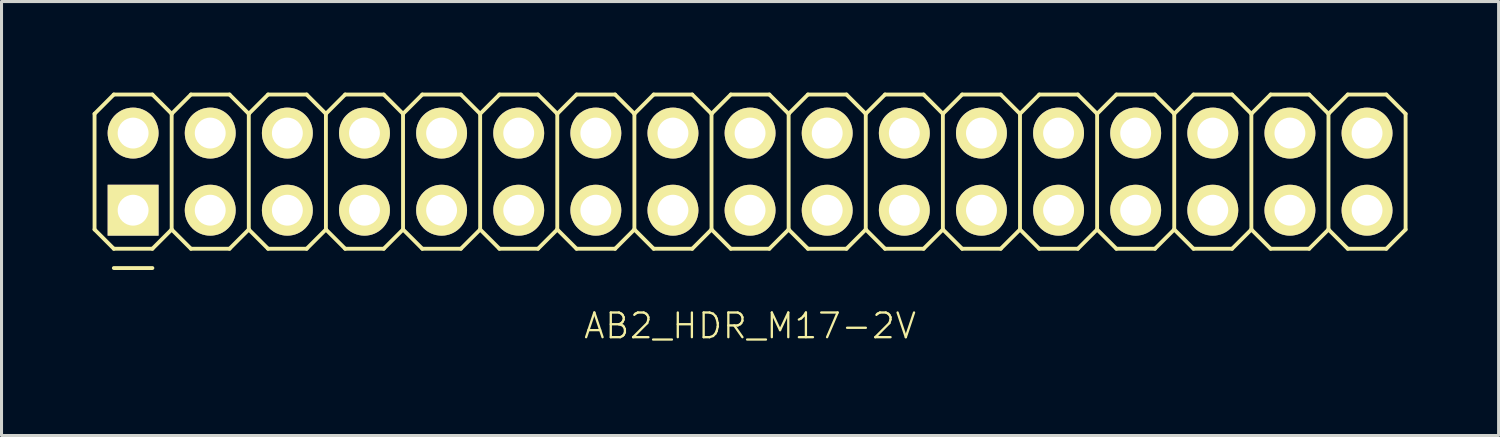
<source format=kicad_pcb>
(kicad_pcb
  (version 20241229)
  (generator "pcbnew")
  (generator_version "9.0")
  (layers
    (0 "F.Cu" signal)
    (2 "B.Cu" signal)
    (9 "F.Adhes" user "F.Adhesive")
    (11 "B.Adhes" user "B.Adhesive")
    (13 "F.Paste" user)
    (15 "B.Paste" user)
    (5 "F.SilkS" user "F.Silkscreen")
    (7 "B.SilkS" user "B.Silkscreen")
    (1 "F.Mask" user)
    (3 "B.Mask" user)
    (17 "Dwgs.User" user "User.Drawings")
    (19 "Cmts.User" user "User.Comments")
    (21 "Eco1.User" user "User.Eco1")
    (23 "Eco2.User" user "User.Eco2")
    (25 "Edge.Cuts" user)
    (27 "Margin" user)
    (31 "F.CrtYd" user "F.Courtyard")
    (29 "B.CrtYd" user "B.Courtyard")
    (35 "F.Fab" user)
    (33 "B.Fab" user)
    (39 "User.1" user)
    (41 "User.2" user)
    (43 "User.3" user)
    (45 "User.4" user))
  (footprint "AB2_HDR_M17-2V"
    (layer "F.Cu")
    (at 21.654 2.603)
    (property "Reference" "AB2_HDR_M17-2V" (at 0 5.08 0) (layer "F.SilkS") (effects (font (size 0.813 0.813) (thickness 0.076))))
    (attr through_hole)
    (fp_line (start -21.59 -1.905) (end -20.955 -2.54) (stroke (width 0.127) (type solid)) (layer "F.SilkS"))
    (fp_line (start -21.59 1.905) (end -21.59 -1.905) (stroke (width 0.127) (type solid)) (layer "F.SilkS"))
    (fp_line (start -20.955 -2.54) (end -19.685 -2.54) (stroke (width 0.127) (type solid)) (layer "F.SilkS"))
    (fp_line (start -20.955 2.54) (end -21.59 1.905) (stroke (width 0.127) (type solid)) (layer "F.SilkS"))
    (fp_line (start -20.955 3.175) (end -19.685 3.175) (stroke (width 0.127) (type solid)) (layer "F.SilkS"))
    (fp_line (start -19.685 -2.54) (end -19.05 -1.905) (stroke (width 0.127) (type solid)) (layer "F.SilkS"))
    (fp_line (start -19.685 2.54) (end -20.955 2.54) (stroke (width 0.127) (type solid)) (layer "F.SilkS"))
    (fp_line (start -19.05 -1.905) (end -19.05 1.905) (stroke (width 0.127) (type solid)) (layer "F.SilkS"))
    (fp_line (start -19.05 -1.905) (end -18.415 -2.54) (stroke (width 0.127) (type solid)) (layer "F.SilkS"))
    (fp_line (start -19.05 1.905) (end -19.685 2.54) (stroke (width 0.127) (type solid)) (layer "F.SilkS"))
    (fp_line (start -18.415 -2.54) (end -17.145 -2.54) (stroke (width 0.127) (type solid)) (layer "F.SilkS"))
    (fp_line (start -18.415 2.54) (end -19.05 1.905) (stroke (width 0.127) (type solid)) (layer "F.SilkS"))
    (fp_line (start -17.145 -2.54) (end -16.51 -1.905) (stroke (width 0.127) (type solid)) (layer "F.SilkS"))
    (fp_line (start -17.145 2.54) (end -18.415 2.54) (stroke (width 0.127) (type solid)) (layer "F.SilkS"))
    (fp_line (start -16.51 -1.905) (end -16.51 1.905) (stroke (width 0.127) (type solid)) (layer "F.SilkS"))
    (fp_line (start -16.51 -1.905) (end -15.875 -2.54) (stroke (width 0.127) (type solid)) (layer "F.SilkS"))
    (fp_line (start -16.51 1.905) (end -17.145 2.54) (stroke (width 0.127) (type solid)) (layer "F.SilkS"))
    (fp_line (start -15.875 -2.54) (end -14.605 -2.54) (stroke (width 0.127) (type solid)) (layer "F.SilkS"))
    (fp_line (start -15.875 2.54) (end -16.51 1.905) (stroke (width 0.127) (type solid)) (layer "F.SilkS"))
    (fp_line (start -14.605 -2.54) (end -13.97 -1.905) (stroke (width 0.127) (type solid)) (layer "F.SilkS"))
    (fp_line (start -14.605 2.54) (end -15.875 2.54) (stroke (width 0.127) (type solid)) (layer "F.SilkS"))
    (fp_line (start -13.97 -1.905) (end -13.97 1.905) (stroke (width 0.127) (type solid)) (layer "F.SilkS"))
    (fp_line (start -13.97 -1.905) (end -13.335 -2.54) (stroke (width 0.127) (type solid)) (layer "F.SilkS"))
    (fp_line (start -13.97 1.905) (end -14.605 2.54) (stroke (width 0.127) (type solid)) (layer "F.SilkS"))
    (fp_line (start -13.335 -2.54) (end -12.065 -2.54) (stroke (width 0.127) (type solid)) (layer "F.SilkS"))
    (fp_line (start -13.335 2.54) (end -13.97 1.905) (stroke (width 0.127) (type solid)) (layer "F.SilkS"))
    (fp_line (start -12.065 -2.54) (end -11.43 -1.905) (stroke (width 0.127) (type solid)) (layer "F.SilkS"))
    (fp_line (start -12.065 2.54) (end -13.335 2.54) (stroke (width 0.127) (type solid)) (layer "F.SilkS"))
    (fp_line (start -11.43 -1.905) (end -11.43 1.905) (stroke (width 0.127) (type solid)) (layer "F.SilkS"))
    (fp_line (start -11.43 -1.905) (end -10.795 -2.54) (stroke (width 0.127) (type solid)) (layer "F.SilkS"))
    (fp_line (start -11.43 1.905) (end -12.065 2.54) (stroke (width 0.127) (type solid)) (layer "F.SilkS"))
    (fp_line (start -10.795 -2.54) (end -9.525 -2.54) (stroke (width 0.127) (type solid)) (layer "F.SilkS"))
    (fp_line (start -10.795 2.54) (end -11.43 1.905) (stroke (width 0.127) (type solid)) (layer "F.SilkS"))
    (fp_line (start -9.525 -2.54) (end -8.89 -1.905) (stroke (width 0.127) (type solid)) (layer "F.SilkS"))
    (fp_line (start -9.525 2.54) (end -10.795 2.54) (stroke (width 0.127) (type solid)) (layer "F.SilkS"))
    (fp_line (start -8.89 -1.905) (end -8.89 1.905) (stroke (width 0.127) (type solid)) (layer "F.SilkS"))
    (fp_line (start -8.89 -1.905) (end -8.255 -2.54) (stroke (width 0.127) (type solid)) (layer "F.SilkS"))
    (fp_line (start -8.89 1.905) (end -9.525 2.54) (stroke (width 0.127) (type solid)) (layer "F.SilkS"))
    (fp_line (start -8.255 -2.54) (end -6.985 -2.54) (stroke (width 0.127) (type solid)) (layer "F.SilkS"))
    (fp_line (start -8.255 2.54) (end -8.89 1.905) (stroke (width 0.127) (type solid)) (layer "F.SilkS"))
    (fp_line (start -6.985 -2.54) (end -6.35 -1.905) (stroke (width 0.127) (type solid)) (layer "F.SilkS"))
    (fp_line (start -6.985 2.54) (end -8.255 2.54) (stroke (width 0.127) (type solid)) (layer "F.SilkS"))
    (fp_line (start -6.35 -1.905) (end -6.35 1.905) (stroke (width 0.127) (type solid)) (layer "F.SilkS"))
    (fp_line (start -6.35 -1.905) (end -5.715 -2.54) (stroke (width 0.127) (type solid)) (layer "F.SilkS"))
    (fp_line (start -6.35 1.905) (end -6.985 2.54) (stroke (width 0.127) (type solid)) (layer "F.SilkS"))
    (fp_line (start -5.715 -2.54) (end -4.445 -2.54) (stroke (width 0.127) (type solid)) (layer "F.SilkS"))
    (fp_line (start -5.715 2.54) (end -6.35 1.905) (stroke (width 0.127) (type solid)) (layer "F.SilkS"))
    (fp_line (start -4.445 -2.54) (end -3.81 -1.905) (stroke (width 0.127) (type solid)) (layer "F.SilkS"))
    (fp_line (start -4.445 2.54) (end -5.715 2.54) (stroke (width 0.127) (type solid)) (layer "F.SilkS"))
    (fp_line (start -3.81 -1.905) (end -3.81 1.905) (stroke (width 0.127) (type solid)) (layer "F.SilkS"))
    (fp_line (start -3.81 -1.905) (end -3.175 -2.54) (stroke (width 0.127) (type solid)) (layer "F.SilkS"))
    (fp_line (start -3.81 1.905) (end -4.445 2.54) (stroke (width 0.127) (type solid)) (layer "F.SilkS"))
    (fp_line (start -3.175 -2.54) (end -1.905 -2.54) (stroke (width 0.127) (type solid)) (layer "F.SilkS"))
    (fp_line (start -3.175 2.54) (end -3.81 1.905) (stroke (width 0.127) (type solid)) (layer "F.SilkS"))
    (fp_line (start -1.905 -2.54) (end -1.27 -1.905) (stroke (width 0.127) (type solid)) (layer "F.SilkS"))
    (fp_line (start -1.905 2.54) (end -3.175 2.54) (stroke (width 0.127) (type solid)) (layer "F.SilkS"))
    (fp_line (start -1.27 -1.905) (end -1.27 1.905) (stroke (width 0.127) (type solid)) (layer "F.SilkS"))
    (fp_line (start -1.27 -1.905) (end -0.635 -2.54) (stroke (width 0.127) (type solid)) (layer "F.SilkS"))
    (fp_line (start -1.27 1.905) (end -1.905 2.54) (stroke (width 0.127) (type solid)) (layer "F.SilkS"))
    (fp_line (start -0.635 -2.54) (end 0.635 -2.54) (stroke (width 0.127) (type solid)) (layer "F.SilkS"))
    (fp_line (start -0.635 2.54) (end -1.27 1.905) (stroke (width 0.127) (type solid)) (layer "F.SilkS"))
    (fp_line (start 0.635 -2.54) (end 1.27 -1.905) (stroke (width 0.127) (type solid)) (layer "F.SilkS"))
    (fp_line (start 0.635 2.54) (end -0.635 2.54) (stroke (width 0.127) (type solid)) (layer "F.SilkS"))
    (fp_line (start 1.27 -1.905) (end 1.27 1.905) (stroke (width 0.127) (type solid)) (layer "F.SilkS"))
    (fp_line (start 1.27 -1.905) (end 1.905 -2.54) (stroke (width 0.127) (type solid)) (layer "F.SilkS"))
    (fp_line (start 1.27 1.905) (end 0.635 2.54) (stroke (width 0.127) (type solid)) (layer "F.SilkS"))
    (fp_line (start 1.905 -2.54) (end 3.175 -2.54) (stroke (width 0.127) (type solid)) (layer "F.SilkS"))
    (fp_line (start 1.905 2.54) (end 1.27 1.905) (stroke (width 0.127) (type solid)) (layer "F.SilkS"))
    (fp_line (start 3.175 -2.54) (end 3.81 -1.905) (stroke (width 0.127) (type solid)) (layer "F.SilkS"))
    (fp_line (start 3.175 2.54) (end 1.905 2.54) (stroke (width 0.127) (type solid)) (layer "F.SilkS"))
    (fp_line (start 3.81 -1.905) (end 3.81 1.905) (stroke (width 0.127) (type solid)) (layer "F.SilkS"))
    (fp_line (start 3.81 -1.905) (end 4.445 -2.54) (stroke (width 0.127) (type solid)) (layer "F.SilkS"))
    (fp_line (start 3.81 1.905) (end 3.175 2.54) (stroke (width 0.127) (type solid)) (layer "F.SilkS"))
    (fp_line (start 4.445 -2.54) (end 5.715 -2.54) (stroke (width 0.127) (type solid)) (layer "F.SilkS"))
    (fp_line (start 4.445 2.54) (end 3.81 1.905) (stroke (width 0.127) (type solid)) (layer "F.SilkS"))
    (fp_line (start 5.715 -2.54) (end 6.35 -1.905) (stroke (width 0.127) (type solid)) (layer "F.SilkS"))
    (fp_line (start 5.715 2.54) (end 4.445 2.54) (stroke (width 0.127) (type solid)) (layer "F.SilkS"))
    (fp_line (start 6.35 -1.905) (end 6.35 1.905) (stroke (width 0.127) (type solid)) (layer "F.SilkS"))
    (fp_line (start 6.35 -1.905) (end 6.985 -2.54) (stroke (width 0.127) (type solid)) (layer "F.SilkS"))
    (fp_line (start 6.35 1.905) (end 5.715 2.54) (stroke (width 0.127) (type solid)) (layer "F.SilkS"))
    (fp_line (start 6.985 -2.54) (end 8.255 -2.54) (stroke (width 0.127) (type solid)) (layer "F.SilkS"))
    (fp_line (start 6.985 2.54) (end 6.35 1.905) (stroke (width 0.127) (type solid)) (layer "F.SilkS"))
    (fp_line (start 8.255 -2.54) (end 8.89 -1.905) (stroke (width 0.127) (type solid)) (layer "F.SilkS"))
    (fp_line (start 8.255 2.54) (end 6.985 2.54) (stroke (width 0.127) (type solid)) (layer "F.SilkS"))
    (fp_line (start 8.89 -1.905) (end 8.89 1.905) (stroke (width 0.127) (type solid)) (layer "F.SilkS"))
    (fp_line (start 8.89 -1.905) (end 9.525 -2.54) (stroke (width 0.127) (type solid)) (layer "F.SilkS"))
    (fp_line (start 8.89 1.905) (end 8.255 2.54) (stroke (width 0.127) (type solid)) (layer "F.SilkS"))
    (fp_line (start 9.525 -2.54) (end 10.795 -2.54) (stroke (width 0.127) (type solid)) (layer "F.SilkS"))
    (fp_line (start 9.525 2.54) (end 8.89 1.905) (stroke (width 0.127) (type solid)) (layer "F.SilkS"))
    (fp_line (start 10.795 -2.54) (end 11.43 -1.905) (stroke (width 0.127) (type solid)) (layer "F.SilkS"))
    (fp_line (start 10.795 2.54) (end 9.525 2.54) (stroke (width 0.127) (type solid)) (layer "F.SilkS"))
    (fp_line (start 11.43 -1.905) (end 11.43 1.905) (stroke (width 0.127) (type solid)) (layer "F.SilkS"))
    (fp_line (start 11.43 -1.905) (end 12.065 -2.54) (stroke (width 0.127) (type solid)) (layer "F.SilkS"))
    (fp_line (start 11.43 1.905) (end 10.795 2.54) (stroke (width 0.127) (type solid)) (layer "F.SilkS"))
    (fp_line (start 12.065 -2.54) (end 13.335 -2.54) (stroke (width 0.127) (type solid)) (layer "F.SilkS"))
    (fp_line (start 12.065 2.54) (end 11.43 1.905) (stroke (width 0.127) (type solid)) (layer "F.SilkS"))
    (fp_line (start 13.335 -2.54) (end 13.97 -1.905) (stroke (width 0.127) (type solid)) (layer "F.SilkS"))
    (fp_line (start 13.335 2.54) (end 12.065 2.54) (stroke (width 0.127) (type solid)) (layer "F.SilkS"))
    (fp_line (start 13.97 -1.905) (end 13.97 1.905) (stroke (width 0.127) (type solid)) (layer "F.SilkS"))
    (fp_line (start 13.97 -1.905) (end 14.605 -2.54) (stroke (width 0.127) (type solid)) (layer "F.SilkS"))
    (fp_line (start 13.97 1.905) (end 13.335 2.54) (stroke (width 0.127) (type solid)) (layer "F.SilkS"))
    (fp_line (start 14.605 -2.54) (end 15.875 -2.54) (stroke (width 0.127) (type solid)) (layer "F.SilkS"))
    (fp_line (start 14.605 2.54) (end 13.97 1.905) (stroke (width 0.127) (type solid)) (layer "F.SilkS"))
    (fp_line (start 15.875 -2.54) (end 16.51 -1.905) (stroke (width 0.127) (type solid)) (layer "F.SilkS"))
    (fp_line (start 15.875 2.54) (end 14.605 2.54) (stroke (width 0.127) (type solid)) (layer "F.SilkS"))
    (fp_line (start 16.51 -1.905) (end 16.51 1.905) (stroke (width 0.127) (type solid)) (layer "F.SilkS"))
    (fp_line (start 16.51 -1.905) (end 17.145 -2.54) (stroke (width 0.127) (type solid)) (layer "F.SilkS"))
    (fp_line (start 16.51 1.905) (end 15.875 2.54) (stroke (width 0.127) (type solid)) (layer "F.SilkS"))
    (fp_line (start 17.145 -2.54) (end 18.415 -2.54) (stroke (width 0.127) (type solid)) (layer "F.SilkS"))
    (fp_line (start 17.145 2.54) (end 16.51 1.905) (stroke (width 0.127) (type solid)) (layer "F.SilkS"))
    (fp_line (start 18.415 -2.54) (end 19.05 -1.905) (stroke (width 0.127) (type solid)) (layer "F.SilkS"))
    (fp_line (start 18.415 2.54) (end 17.145 2.54) (stroke (width 0.127) (type solid)) (layer "F.SilkS"))
    (fp_line (start 19.05 -1.905) (end 19.05 1.905) (stroke (width 0.127) (type solid)) (layer "F.SilkS"))
    (fp_line (start 19.05 -1.905) (end 19.685 -2.54) (stroke (width 0.127) (type solid)) (layer "F.SilkS"))
    (fp_line (start 19.05 1.905) (end 18.415 2.54) (stroke (width 0.127) (type solid)) (layer "F.SilkS"))
    (fp_line (start 19.685 -2.54) (end 20.955 -2.54) (stroke (width 0.127) (type solid)) (layer "F.SilkS"))
    (fp_line (start 19.685 2.54) (end 19.05 1.905) (stroke (width 0.127) (type solid)) (layer "F.SilkS"))
    (fp_line (start 20.955 -2.54) (end 21.59 -1.905) (stroke (width 0.127) (type solid)) (layer "F.SilkS"))
    (fp_line (start 20.955 2.54) (end 19.685 2.54) (stroke (width 0.127) (type solid)) (layer "F.SilkS"))
    (fp_line (start 21.59 -1.905) (end 21.59 1.905) (stroke (width 0.127) (type solid)) (layer "F.SilkS"))
    (fp_line (start 21.59 1.905) (end 20.955 2.54) (stroke (width 0.127) (type solid)) (layer "F.SilkS"))
    (pad "1" thru_hole rect (at -20.32 1.27) (size 1.676 1.676) (drill 1.016) (layers "*.Cu" "*.Mask" "F.SilkS"))
    (pad "2" thru_hole circle (at -20.32 -1.27) (size 1.676 1.676) (drill 1.016) (layers "*.Cu" "*.Mask" "F.SilkS"))
    (pad "3" thru_hole circle (at -17.78 1.27) (size 1.676 1.676) (drill 1.016) (layers "*.Cu" "*.Mask" "F.SilkS"))
    (pad "4" thru_hole circle (at -17.78 -1.27) (size 1.676 1.676) (drill 1.016) (layers "*.Cu" "*.Mask" "F.SilkS"))
    (pad "5" thru_hole circle (at -15.24 1.27) (size 1.676 1.676) (drill 1.016) (layers "*.Cu" "*.Mask" "F.SilkS"))
    (pad "6" thru_hole circle (at -15.24 -1.27) (size 1.676 1.676) (drill 1.016) (layers "*.Cu" "*.Mask" "F.SilkS"))
    (pad "7" thru_hole circle (at -12.7 1.27) (size 1.676 1.676) (drill 1.016) (layers "*.Cu" "*.Mask" "F.SilkS"))
    (pad "8" thru_hole circle (at -12.7 -1.27) (size 1.676 1.676) (drill 1.016) (layers "*.Cu" "*.Mask" "F.SilkS"))
    (pad "9" thru_hole circle (at -10.16 1.27) (size 1.676 1.676) (drill 1.016) (layers "*.Cu" "*.Mask" "F.SilkS"))
    (pad "10" thru_hole circle (at -10.16 -1.27) (size 1.676 1.676) (drill 1.016) (layers "*.Cu" "*.Mask" "F.SilkS"))
    (pad "11" thru_hole circle (at -7.62 1.27) (size 1.676 1.676) (drill 1.016) (layers "*.Cu" "*.Mask" "F.SilkS"))
    (pad "12" thru_hole circle (at -7.62 -1.27) (size 1.676 1.676) (drill 1.016) (layers "*.Cu" "*.Mask" "F.SilkS"))
    (pad "13" thru_hole circle (at -5.08 1.27) (size 1.676 1.676) (drill 1.016) (layers "*.Cu" "*.Mask" "F.SilkS"))
    (pad "14" thru_hole circle (at -5.08 -1.27) (size 1.676 1.676) (drill 1.016) (layers "*.Cu" "*.Mask" "F.SilkS"))
    (pad "15" thru_hole circle (at -2.54 1.27) (size 1.676 1.676) (drill 1.016) (layers "*.Cu" "*.Mask" "F.SilkS"))
    (pad "16" thru_hole circle (at -2.54 -1.27) (size 1.676 1.676) (drill 1.016) (layers "*.Cu" "*.Mask" "F.SilkS"))
    (pad "17" thru_hole circle (at 0 1.27) (size 1.676 1.676) (drill 1.016) (layers "*.Cu" "*.Mask" "F.SilkS"))
    (pad "18" thru_hole circle (at 0 -1.27) (size 1.676 1.676) (drill 1.016) (layers "*.Cu" "*.Mask" "F.SilkS"))
    (pad "19" thru_hole circle (at 2.54 1.27) (size 1.676 1.676) (drill 1.016) (layers "*.Cu" "*.Mask" "F.SilkS"))
    (pad "20" thru_hole circle (at 2.54 -1.27) (size 1.676 1.676) (drill 1.016) (layers "*.Cu" "*.Mask" "F.SilkS"))
    (pad "21" thru_hole circle (at 5.08 1.27) (size 1.676 1.676) (drill 1.016) (layers "*.Cu" "*.Mask" "F.SilkS"))
    (pad "22" thru_hole circle (at 5.08 -1.27) (size 1.676 1.676) (drill 1.016) (layers "*.Cu" "*.Mask" "F.SilkS"))
    (pad "23" thru_hole circle (at 7.62 1.27) (size 1.676 1.676) (drill 1.016) (layers "*.Cu" "*.Mask" "F.SilkS"))
    (pad "24" thru_hole circle (at 7.62 -1.27) (size 1.676 1.676) (drill 1.016) (layers "*.Cu" "*.Mask" "F.SilkS"))
    (pad "25" thru_hole circle (at 10.16 1.27) (size 1.676 1.676) (drill 1.016) (layers "*.Cu" "*.Mask" "F.SilkS"))
    (pad "26" thru_hole circle (at 10.16 -1.27) (size 1.676 1.676) (drill 1.016) (layers "*.Cu" "*.Mask" "F.SilkS"))
    (pad "27" thru_hole circle (at 12.7 1.27) (size 1.676 1.676) (drill 1.016) (layers "*.Cu" "*.Mask" "F.SilkS"))
    (pad "28" thru_hole circle (at 12.7 -1.27) (size 1.676 1.676) (drill 1.016) (layers "*.Cu" "*.Mask" "F.SilkS"))
    (pad "29" thru_hole circle (at 15.24 1.27) (size 1.676 1.676) (drill 1.016) (layers "*.Cu" "*.Mask" "F.SilkS"))
    (pad "30" thru_hole circle (at 15.24 -1.27) (size 1.676 1.676) (drill 1.016) (layers "*.Cu" "*.Mask" "F.SilkS"))
    (pad "31" thru_hole circle (at 17.78 1.27) (size 1.676 1.676) (drill 1.016) (layers "*.Cu" "*.Mask" "F.SilkS"))
    (pad "32" thru_hole circle (at 17.78 -1.27) (size 1.676 1.676) (drill 1.016) (layers "*.Cu" "*.Mask" "F.SilkS"))
    (pad "33" thru_hole circle (at 20.32 1.27) (size 1.676 1.676) (drill 1.016) (layers "*.Cu" "*.Mask" "F.SilkS"))
    (pad "34" thru_hole circle (at 20.32 -1.27) (size 1.676 1.676) (drill 1.016) (layers "*.Cu" "*.Mask" "F.SilkS")))
  (gr_rect
    (start -3 -3)
    (end 46.307 11.293)
    (stroke (width 0.1) (type default))
    (fill no)
    (layer "Edge.Cuts")))
</source>
